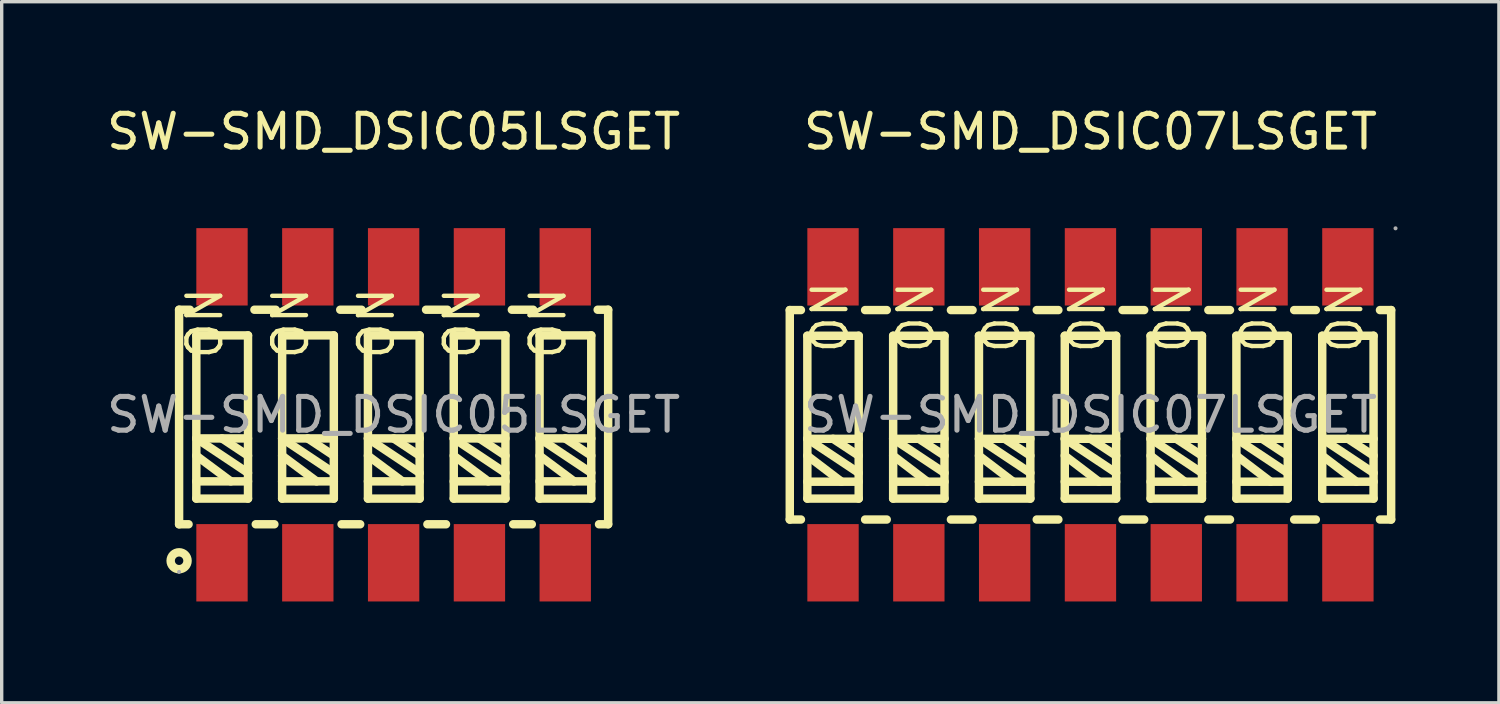
<source format=kicad_pcb>
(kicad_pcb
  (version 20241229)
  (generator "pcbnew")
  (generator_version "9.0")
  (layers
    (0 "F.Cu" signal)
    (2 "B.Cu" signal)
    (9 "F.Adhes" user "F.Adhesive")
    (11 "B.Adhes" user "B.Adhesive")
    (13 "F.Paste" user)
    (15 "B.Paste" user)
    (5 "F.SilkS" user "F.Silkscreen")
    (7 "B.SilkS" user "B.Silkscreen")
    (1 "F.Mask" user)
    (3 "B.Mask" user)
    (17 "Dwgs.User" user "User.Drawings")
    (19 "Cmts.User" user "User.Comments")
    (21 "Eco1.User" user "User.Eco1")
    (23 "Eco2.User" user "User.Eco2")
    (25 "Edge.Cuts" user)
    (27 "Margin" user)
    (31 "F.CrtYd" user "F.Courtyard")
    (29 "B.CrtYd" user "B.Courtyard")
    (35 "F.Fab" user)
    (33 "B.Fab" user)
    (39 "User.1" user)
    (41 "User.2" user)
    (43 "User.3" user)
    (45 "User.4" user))
  (footprint "SW-SMD_DSIC07LSGET"
    (layer "F.Cu")
    (at 29.227 9.228)
    (property "Reference" "SW-SMD_DSIC07LSGET" (at 0 -8.38 0) (layer "F.SilkS") (effects (font (size 1 1) (thickness 0.15))))
    (attr through_hole)
    (fp_line (start -8.9 -3.1) (end -8.57 -3.1) (stroke (width 0.25) (type solid)) (layer "F.SilkS"))
    (fp_line (start -8.9 3.1) (end -8.9 -3.1) (stroke (width 0.25) (type solid)) (layer "F.SilkS"))
    (fp_line (start -8.57 3.1) (end -8.9 3.1) (stroke (width 0.25) (type solid)) (layer "F.SilkS"))
    (fp_line (start -8.38 -2.34) (end -8.38 2.48) (stroke (width 0.25) (type solid)) (layer "F.SilkS"))
    (fp_line (start -8.38 0.71) (end -6.86 1.72) (stroke (width 0.25) (type solid)) (layer "F.SilkS"))
    (fp_line (start -8.38 1.21) (end -7.37 1.98) (stroke (width 0.25) (type solid)) (layer "F.SilkS"))
    (fp_line (start -8.38 1.98) (end -6.86 1.98) (stroke (width 0.25) (type solid)) (layer "F.SilkS"))
    (fp_line (start -8.38 2.48) (end -6.86 2.48) (stroke (width 0.25) (type solid)) (layer "F.SilkS"))
    (fp_line (start -7.62 0.71) (end -6.86 1.21) (stroke (width 0.25) (type solid)) (layer "F.SilkS"))
    (fp_line (start -6.86 -2.34) (end -8.38 -2.34) (stroke (width 0.25) (type solid)) (layer "F.SilkS"))
    (fp_line (start -6.86 0.71) (end -8.38 0.71) (stroke (width 0.25) (type solid)) (layer "F.SilkS"))
    (fp_line (start -6.86 2.48) (end -6.86 -2.34) (stroke (width 0.25) (type solid)) (layer "F.SilkS"))
    (fp_line (start -6.67 -3.1) (end -6.03 -3.1) (stroke (width 0.25) (type solid)) (layer "F.SilkS"))
    (fp_line (start -6.03 3.1) (end -6.67 3.1) (stroke (width 0.25) (type solid)) (layer "F.SilkS"))
    (fp_line (start -5.84 -2.34) (end -4.32 -2.34) (stroke (width 0.25) (type solid)) (layer "F.SilkS"))
    (fp_line (start -5.84 0.71) (end -4.32 0.71) (stroke (width 0.25) (type solid)) (layer "F.SilkS"))
    (fp_line (start -5.84 1.21) (end -4.83 1.98) (stroke (width 0.25) (type solid)) (layer "F.SilkS"))
    (fp_line (start -5.84 1.98) (end -4.32 1.98) (stroke (width 0.25) (type solid)) (layer "F.SilkS"))
    (fp_line (start -5.84 2.48) (end -5.84 -2.34) (stroke (width 0.25) (type solid)) (layer "F.SilkS"))
    (fp_line (start -5.08 0.71) (end -4.32 1.21) (stroke (width 0.25) (type solid)) (layer "F.SilkS"))
    (fp_line (start -4.32 -2.34) (end -4.32 2.48) (stroke (width 0.25) (type solid)) (layer "F.SilkS"))
    (fp_line (start -4.32 1.72) (end -5.84 0.71) (stroke (width 0.25) (type solid)) (layer "F.SilkS"))
    (fp_line (start -4.32 2.48) (end -5.84 2.48) (stroke (width 0.25) (type solid)) (layer "F.SilkS"))
    (fp_line (start -4.13 -3.1) (end -3.49 -3.1) (stroke (width 0.25) (type solid)) (layer "F.SilkS"))
    (fp_line (start -3.49 3.1) (end -4.13 3.1) (stroke (width 0.25) (type solid)) (layer "F.SilkS"))
    (fp_line (start -3.3 -2.34) (end -3.3 2.48) (stroke (width 0.25) (type solid)) (layer "F.SilkS"))
    (fp_line (start -3.3 0.71) (end -1.78 1.72) (stroke (width 0.25) (type solid)) (layer "F.SilkS"))
    (fp_line (start -3.3 1.21) (end -2.29 1.98) (stroke (width 0.25) (type solid)) (layer "F.SilkS"))
    (fp_line (start -3.3 1.98) (end -1.78 1.98) (stroke (width 0.25) (type solid)) (layer "F.SilkS"))
    (fp_line (start -3.3 2.48) (end -1.78 2.48) (stroke (width 0.25) (type solid)) (layer "F.SilkS"))
    (fp_line (start -2.54 0.71) (end -1.78 1.21) (stroke (width 0.25) (type solid)) (layer "F.SilkS"))
    (fp_line (start -1.78 -2.34) (end -3.3 -2.34) (stroke (width 0.25) (type solid)) (layer "F.SilkS"))
    (fp_line (start -1.78 0.71) (end -3.3 0.71) (stroke (width 0.25) (type solid)) (layer "F.SilkS"))
    (fp_line (start -1.78 2.48) (end -1.78 -2.34) (stroke (width 0.25) (type solid)) (layer "F.SilkS"))
    (fp_line (start -1.59 -3.1) (end -0.95 -3.1) (stroke (width 0.25) (type solid)) (layer "F.SilkS"))
    (fp_line (start -0.95 3.1) (end -1.59 3.1) (stroke (width 0.25) (type solid)) (layer "F.SilkS"))
    (fp_line (start -0.76 -2.34) (end 0.76 -2.34) (stroke (width 0.25) (type solid)) (layer "F.SilkS"))
    (fp_line (start -0.76 0.71) (end 0.76 0.71) (stroke (width 0.25) (type solid)) (layer "F.SilkS"))
    (fp_line (start -0.76 1.21) (end 0.25 1.98) (stroke (width 0.25) (type solid)) (layer "F.SilkS"))
    (fp_line (start -0.76 1.98) (end 0.76 1.98) (stroke (width 0.25) (type solid)) (layer "F.SilkS"))
    (fp_line (start -0.76 2.48) (end -0.76 -2.34) (stroke (width 0.25) (type solid)) (layer "F.SilkS"))
    (fp_line (start 0 0.71) (end 0.76 1.21) (stroke (width 0.25) (type solid)) (layer "F.SilkS"))
    (fp_line (start 0.76 -2.34) (end 0.76 2.48) (stroke (width 0.25) (type solid)) (layer "F.SilkS"))
    (fp_line (start 0.76 1.72) (end -0.76 0.71) (stroke (width 0.25) (type solid)) (layer "F.SilkS"))
    (fp_line (start 0.76 2.48) (end -0.76 2.48) (stroke (width 0.25) (type solid)) (layer "F.SilkS"))
    (fp_line (start 0.95 -3.1) (end 1.59 -3.1) (stroke (width 0.25) (type solid)) (layer "F.SilkS"))
    (fp_line (start 1.59 3.1) (end 0.95 3.1) (stroke (width 0.25) (type solid)) (layer "F.SilkS"))
    (fp_line (start 1.78 -2.34) (end 1.78 2.48) (stroke (width 0.25) (type solid)) (layer "F.SilkS"))
    (fp_line (start 1.78 0.71) (end 3.3 1.72) (stroke (width 0.25) (type solid)) (layer "F.SilkS"))
    (fp_line (start 1.78 1.21) (end 2.79 1.98) (stroke (width 0.25) (type solid)) (layer "F.SilkS"))
    (fp_line (start 1.78 1.98) (end 3.3 1.98) (stroke (width 0.25) (type solid)) (layer "F.SilkS"))
    (fp_line (start 1.78 2.48) (end 3.3 2.48) (stroke (width 0.25) (type solid)) (layer "F.SilkS"))
    (fp_line (start 2.54 0.71) (end 3.3 1.21) (stroke (width 0.25) (type solid)) (layer "F.SilkS"))
    (fp_line (start 3.3 -2.34) (end 1.78 -2.34) (stroke (width 0.25) (type solid)) (layer "F.SilkS"))
    (fp_line (start 3.3 0.71) (end 1.78 0.71) (stroke (width 0.25) (type solid)) (layer "F.SilkS"))
    (fp_line (start 3.3 2.48) (end 3.3 -2.34) (stroke (width 0.25) (type solid)) (layer "F.SilkS"))
    (fp_line (start 3.49 -3.1) (end 4.13 -3.1) (stroke (width 0.25) (type solid)) (layer "F.SilkS"))
    (fp_line (start 4.13 3.1) (end 3.49 3.1) (stroke (width 0.25) (type solid)) (layer "F.SilkS"))
    (fp_line (start 4.32 -2.34) (end 5.84 -2.34) (stroke (width 0.25) (type solid)) (layer "F.SilkS"))
    (fp_line (start 4.32 0.71) (end 5.84 0.71) (stroke (width 0.25) (type solid)) (layer "F.SilkS"))
    (fp_line (start 4.32 1.21) (end 5.33 1.98) (stroke (width 0.25) (type solid)) (layer "F.SilkS"))
    (fp_line (start 4.32 1.98) (end 5.84 1.98) (stroke (width 0.25) (type solid)) (layer "F.SilkS"))
    (fp_line (start 4.32 2.48) (end 4.32 -2.34) (stroke (width 0.25) (type solid)) (layer "F.SilkS"))
    (fp_line (start 5.08 0.71) (end 5.84 1.21) (stroke (width 0.25) (type solid)) (layer "F.SilkS"))
    (fp_line (start 5.84 -2.34) (end 5.84 2.48) (stroke (width 0.25) (type solid)) (layer "F.SilkS"))
    (fp_line (start 5.84 1.72) (end 4.32 0.71) (stroke (width 0.25) (type solid)) (layer "F.SilkS"))
    (fp_line (start 5.84 2.48) (end 4.32 2.48) (stroke (width 0.25) (type solid)) (layer "F.SilkS"))
    (fp_line (start 6.03 -3.1) (end 6.67 -3.1) (stroke (width 0.25) (type solid)) (layer "F.SilkS"))
    (fp_line (start 6.67 3.1) (end 6.03 3.1) (stroke (width 0.25) (type solid)) (layer "F.SilkS"))
    (fp_line (start 6.86 -2.34) (end 6.86 2.48) (stroke (width 0.25) (type solid)) (layer "F.SilkS"))
    (fp_line (start 6.86 0.71) (end 8.38 1.72) (stroke (width 0.25) (type solid)) (layer "F.SilkS"))
    (fp_line (start 6.86 1.21) (end 7.87 1.98) (stroke (width 0.25) (type solid)) (layer "F.SilkS"))
    (fp_line (start 6.86 1.98) (end 8.38 1.98) (stroke (width 0.25) (type solid)) (layer "F.SilkS"))
    (fp_line (start 6.86 2.48) (end 8.38 2.48) (stroke (width 0.25) (type solid)) (layer "F.SilkS"))
    (fp_line (start 7.62 0.71) (end 8.38 1.21) (stroke (width 0.25) (type solid)) (layer "F.SilkS"))
    (fp_line (start 8.38 -2.34) (end 6.86 -2.34) (stroke (width 0.25) (type solid)) (layer "F.SilkS"))
    (fp_line (start 8.38 0.71) (end 6.86 0.71) (stroke (width 0.25) (type solid)) (layer "F.SilkS"))
    (fp_line (start 8.38 2.48) (end 8.38 -2.34) (stroke (width 0.25) (type solid)) (layer "F.SilkS"))
    (fp_line (start 8.57 -3.1) (end 8.9 -3.1) (stroke (width 0.25) (type solid)) (layer "F.SilkS"))
    (fp_line (start 8.9 -3.1) (end 8.9 3.1) (stroke (width 0.25) (type solid)) (layer "F.SilkS"))
    (fp_line (start 8.9 3.1) (end 8.57 3.1) (stroke (width 0.25) (type solid)) (layer "F.SilkS"))
    (fp_circle (center 9.03 -5.52) (end 9.06 -5.52) (stroke (width 0.06) (type solid)) (fill no) (layer "F.Fab"))
    (fp_text user "ON" (at -2.63 -1.76 270) (layer "F.SilkS") (effects (font (size 1 1) (thickness 0.13)) (justify left)))
    (fp_text user "ON" (at 2.45 -1.76 270) (layer "F.SilkS") (effects (font (size 1 1) (thickness 0.13)) (justify left)))
    (fp_text user "ON" (at -0.09 -1.76 270) (layer "F.SilkS") (effects (font (size 1 1) (thickness 0.13)) (justify left)))
    (fp_text user "ON" (at 4.99 -1.76 270) (layer "F.SilkS") (effects (font (size 1 1) (thickness 0.13)) (justify left)))
    (fp_text user "ON" (at -5.17 -1.76 270) (layer "F.SilkS") (effects (font (size 1 1) (thickness 0.13)) (justify left)))
    (fp_text user "ON" (at -7.71 -1.76 270) (layer "F.SilkS") (effects (font (size 1 1) (thickness 0.13)) (justify left)))
    (fp_text user "ON" (at 7.53 -1.76 270) (layer "F.SilkS") (effects (font (size 1 1) (thickness 0.13)) (justify left)))
    (fp_text user "${REFERENCE}" (at 0 0 0) (layer "F.Fab") (effects (font (size 1 1) (thickness 0.15))))
    (pad "1" smd rect (at 7.62 -4.38 270) (size 2.29 1.52) (layers "F.Cu" "F.Mask" "F.Paste"))
    (pad "2" smd rect (at 5.08 -4.38 270) (size 2.29 1.52) (layers "F.Cu" "F.Mask" "F.Paste"))
    (pad "3" smd rect (at 2.54 -4.38 270) (size 2.29 1.52) (layers "F.Cu" "F.Mask" "F.Paste"))
    (pad "4" smd rect (at 0 -4.38 270) (size 2.29 1.52) (layers "F.Cu" "F.Mask" "F.Paste"))
    (pad "5" smd rect (at -2.54 -4.38 270) (size 2.29 1.52) (layers "F.Cu" "F.Mask" "F.Paste"))
    (pad "6" smd rect (at -5.08 -4.38 270) (size 2.29 1.52) (layers "F.Cu" "F.Mask" "F.Paste"))
    (pad "7" smd rect (at -7.62 -4.38 270) (size 2.29 1.52) (layers "F.Cu" "F.Mask" "F.Paste"))
    (pad "8" smd rect (at -7.62 4.38 270) (size 2.29 1.52) (layers "F.Cu" "F.Mask" "F.Paste"))
    (pad "9" smd rect (at -5.08 4.38 270) (size 2.29 1.52) (layers "F.Cu" "F.Mask" "F.Paste"))
    (pad "10" smd rect (at -2.54 4.38 270) (size 2.29 1.52) (layers "F.Cu" "F.Mask" "F.Paste"))
    (pad "11" smd rect (at 0 4.38 270) (size 2.29 1.52) (layers "F.Cu" "F.Mask" "F.Paste"))
    (pad "12" smd rect (at 2.54 4.38 270) (size 2.29 1.52) (layers "F.Cu" "F.Mask" "F.Paste"))
    (pad "13" smd rect (at 5.08 4.38 270) (size 2.29 1.52) (layers "F.Cu" "F.Mask" "F.Paste"))
    (pad "14" smd rect (at 7.62 4.38 270) (size 2.29 1.52) (layers "F.Cu" "F.Mask" "F.Paste")))
  (footprint "SW-SMD_DSIC05LSGET"
    (layer "F.Cu")
    (at 8.601 9.228)
    (property "Reference" "SW-SMD_DSIC05LSGET" (at 0 -8.38 0) (layer "F.SilkS") (effects (font (size 1 1) (thickness 0.15))))
    (attr through_hole)
    (fp_line (start -6.35 -3.11) (end -6.35 3.24) (stroke (width 0.25) (type solid)) (layer "F.SilkS"))
    (fp_line (start -6.35 -3.11) (end -6.03 -3.11) (stroke (width 0.25) (type solid)) (layer "F.SilkS"))
    (fp_line (start -6.35 3.24) (end -6.07 3.24) (stroke (width 0.25) (type solid)) (layer "F.SilkS"))
    (fp_line (start -5.84 -2.35) (end -4.31 -2.35) (stroke (width 0.25) (type solid)) (layer "F.SilkS"))
    (fp_line (start -5.84 0.7) (end -4.31 0.7) (stroke (width 0.25) (type solid)) (layer "F.SilkS"))
    (fp_line (start -5.84 1.21) (end -4.82 1.97) (stroke (width 0.25) (type solid)) (layer "F.SilkS"))
    (fp_line (start -5.84 1.97) (end -4.31 1.97) (stroke (width 0.25) (type solid)) (layer "F.SilkS"))
    (fp_line (start -5.84 2.48) (end -5.84 -2.35) (stroke (width 0.25) (type solid)) (layer "F.SilkS"))
    (fp_line (start -5.08 0.7) (end -4.31 1.21) (stroke (width 0.25) (type solid)) (layer "F.SilkS"))
    (fp_line (start -4.31 -2.35) (end -4.31 2.48) (stroke (width 0.25) (type solid)) (layer "F.SilkS"))
    (fp_line (start -4.31 1.72) (end -5.84 0.7) (stroke (width 0.25) (type solid)) (layer "F.SilkS"))
    (fp_line (start -4.31 2.48) (end -5.84 2.48) (stroke (width 0.25) (type solid)) (layer "F.SilkS"))
    (fp_line (start -4.12 -3.11) (end -3.49 -3.11) (stroke (width 0.25) (type solid)) (layer "F.SilkS"))
    (fp_line (start -4.08 3.24) (end -3.53 3.24) (stroke (width 0.25) (type solid)) (layer "F.SilkS"))
    (fp_line (start -3.3 -2.35) (end -3.3 2.48) (stroke (width 0.25) (type solid)) (layer "F.SilkS"))
    (fp_line (start -3.3 0.7) (end -1.77 1.72) (stroke (width 0.25) (type solid)) (layer "F.SilkS"))
    (fp_line (start -3.3 1.21) (end -2.28 1.97) (stroke (width 0.25) (type solid)) (layer "F.SilkS"))
    (fp_line (start -3.3 1.97) (end -1.77 1.97) (stroke (width 0.25) (type solid)) (layer "F.SilkS"))
    (fp_line (start -3.3 2.48) (end -1.77 2.48) (stroke (width 0.25) (type solid)) (layer "F.SilkS"))
    (fp_line (start -2.54 0.7) (end -1.77 1.21) (stroke (width 0.25) (type solid)) (layer "F.SilkS"))
    (fp_line (start -1.77 -2.35) (end -3.3 -2.35) (stroke (width 0.25) (type solid)) (layer "F.SilkS"))
    (fp_line (start -1.77 0.7) (end -3.3 0.7) (stroke (width 0.25) (type solid)) (layer "F.SilkS"))
    (fp_line (start -1.77 2.48) (end -1.77 -2.35) (stroke (width 0.25) (type solid)) (layer "F.SilkS"))
    (fp_line (start -1.58 -3.11) (end -0.95 -3.11) (stroke (width 0.25) (type solid)) (layer "F.SilkS"))
    (fp_line (start -1.54 3.24) (end -0.99 3.24) (stroke (width 0.25) (type solid)) (layer "F.SilkS"))
    (fp_line (start -0.76 -2.35) (end 0.77 -2.35) (stroke (width 0.25) (type solid)) (layer "F.SilkS"))
    (fp_line (start -0.76 0.7) (end 0.77 0.7) (stroke (width 0.25) (type solid)) (layer "F.SilkS"))
    (fp_line (start -0.76 1.21) (end 0.26 1.97) (stroke (width 0.25) (type solid)) (layer "F.SilkS"))
    (fp_line (start -0.76 1.97) (end 0.77 1.97) (stroke (width 0.25) (type solid)) (layer "F.SilkS"))
    (fp_line (start -0.76 2.48) (end -0.76 -2.35) (stroke (width 0.25) (type solid)) (layer "F.SilkS"))
    (fp_line (start 0 0.7) (end 0.77 1.21) (stroke (width 0.25) (type solid)) (layer "F.SilkS"))
    (fp_line (start 0.77 -2.35) (end 0.77 2.48) (stroke (width 0.25) (type solid)) (layer "F.SilkS"))
    (fp_line (start 0.77 1.72) (end -0.76 0.7) (stroke (width 0.25) (type solid)) (layer "F.SilkS"))
    (fp_line (start 0.77 2.48) (end -0.76 2.48) (stroke (width 0.25) (type solid)) (layer "F.SilkS"))
    (fp_line (start 0.96 -3.11) (end 1.59 -3.11) (stroke (width 0.25) (type solid)) (layer "F.SilkS"))
    (fp_line (start 1 3.24) (end 1.55 3.24) (stroke (width 0.25) (type solid)) (layer "F.SilkS"))
    (fp_line (start 1.78 -2.35) (end 1.78 2.48) (stroke (width 0.25) (type solid)) (layer "F.SilkS"))
    (fp_line (start 1.78 0.7) (end 3.31 1.72) (stroke (width 0.25) (type solid)) (layer "F.SilkS"))
    (fp_line (start 1.78 1.21) (end 2.8 1.97) (stroke (width 0.25) (type solid)) (layer "F.SilkS"))
    (fp_line (start 1.78 1.97) (end 3.31 1.97) (stroke (width 0.25) (type solid)) (layer "F.SilkS"))
    (fp_line (start 1.78 2.48) (end 3.31 2.48) (stroke (width 0.25) (type solid)) (layer "F.SilkS"))
    (fp_line (start 2.54 0.7) (end 3.31 1.21) (stroke (width 0.25) (type solid)) (layer "F.SilkS"))
    (fp_line (start 3.31 -2.35) (end 1.78 -2.35) (stroke (width 0.25) (type solid)) (layer "F.SilkS"))
    (fp_line (start 3.31 0.7) (end 1.78 0.7) (stroke (width 0.25) (type solid)) (layer "F.SilkS"))
    (fp_line (start 3.31 2.48) (end 3.31 -2.35) (stroke (width 0.25) (type solid)) (layer "F.SilkS"))
    (fp_line (start 3.5 -3.11) (end 4.13 -3.11) (stroke (width 0.25) (type solid)) (layer "F.SilkS"))
    (fp_line (start 3.54 3.24) (end 4.09 3.24) (stroke (width 0.25) (type solid)) (layer "F.SilkS"))
    (fp_line (start 4.32 -2.35) (end 5.85 -2.35) (stroke (width 0.25) (type solid)) (layer "F.SilkS"))
    (fp_line (start 4.32 0.7) (end 5.85 0.7) (stroke (width 0.25) (type solid)) (layer "F.SilkS"))
    (fp_line (start 4.32 1.21) (end 5.34 1.97) (stroke (width 0.25) (type solid)) (layer "F.SilkS"))
    (fp_line (start 4.32 1.97) (end 5.85 1.97) (stroke (width 0.25) (type solid)) (layer "F.SilkS"))
    (fp_line (start 4.32 2.48) (end 4.32 -2.35) (stroke (width 0.25) (type solid)) (layer "F.SilkS"))
    (fp_line (start 5.08 0.7) (end 5.85 1.21) (stroke (width 0.25) (type solid)) (layer "F.SilkS"))
    (fp_line (start 5.85 -2.35) (end 5.85 2.48) (stroke (width 0.25) (type solid)) (layer "F.SilkS"))
    (fp_line (start 5.85 1.72) (end 4.32 0.7) (stroke (width 0.25) (type solid)) (layer "F.SilkS"))
    (fp_line (start 5.85 2.48) (end 4.32 2.48) (stroke (width 0.25) (type solid)) (layer "F.SilkS"))
    (fp_line (start 6.04 -3.11) (end 6.35 -3.11) (stroke (width 0.25) (type solid)) (layer "F.SilkS"))
    (fp_line (start 6.08 3.24) (end 6.35 3.24) (stroke (width 0.25) (type solid)) (layer "F.SilkS"))
    (fp_line (start 6.35 -3.11) (end 6.35 3.24) (stroke (width 0.25) (type solid)) (layer "F.SilkS"))
    (fp_circle (center -6.35 4.32) (end -6.1 4.32) (stroke (width 0.25) (type solid)) (fill no) (layer "F.SilkS"))
    (fp_circle (center -6.35 4.65) (end -6.32 4.65) (stroke (width 0.06) (type solid)) (fill no) (layer "F.Fab"))
    (fp_text user "ON" (at -0.51 -1.58 270) (layer "F.SilkS") (effects (font (size 1 1) (thickness 0.13)) (justify left)))
    (fp_text user "ON" (at -3.05 -1.58 270) (layer "F.SilkS") (effects (font (size 1 1) (thickness 0.13)) (justify left)))
    (fp_text user "ON" (at 4.57 -1.58 270) (layer "F.SilkS") (effects (font (size 1 1) (thickness 0.13)) (justify left)))
    (fp_text user "ON" (at -5.59 -1.58 270) (layer "F.SilkS") (effects (font (size 1 1) (thickness 0.13)) (justify left)))
    (fp_text user "ON" (at 2.03 -1.58 270) (layer "F.SilkS") (effects (font (size 1 1) (thickness 0.13)) (justify left)))
    (fp_text user "${REFERENCE}" (at 0 0 0) (layer "F.Fab") (effects (font (size 1 1) (thickness 0.15))))
    (pad "1" smd rect (at -5.08 4.38 90) (size 2.29 1.52) (layers "F.Cu" "F.Mask" "F.Paste"))
    (pad "2" smd rect (at -2.54 4.38 90) (size 2.29 1.52) (layers "F.Cu" "F.Mask" "F.Paste"))
    (pad "3" smd rect (at 0 4.38 90) (size 2.29 1.52) (layers "F.Cu" "F.Mask" "F.Paste"))
    (pad "4" smd rect (at 2.54 4.38 90) (size 2.29 1.52) (layers "F.Cu" "F.Mask" "F.Paste"))
    (pad "5" smd rect (at 5.08 4.38 90) (size 2.29 1.52) (layers "F.Cu" "F.Mask" "F.Paste"))
    (pad "6" smd rect (at 5.08 -4.38 90) (size 2.29 1.52) (layers "F.Cu" "F.Mask" "F.Paste"))
    (pad "7" smd rect (at 2.54 -4.38 90) (size 2.29 1.52) (layers "F.Cu" "F.Mask" "F.Paste"))
    (pad "8" smd rect (at 0 -4.38 90) (size 2.29 1.52) (layers "F.Cu" "F.Mask" "F.Paste"))
    (pad "9" smd rect (at -2.54 -4.38 90) (size 2.29 1.52) (layers "F.Cu" "F.Mask" "F.Paste"))
    (pad "10" smd rect (at -5.08 -4.38 90) (size 2.29 1.52) (layers "F.Cu" "F.Mask" "F.Paste")))
  (gr_rect
    (start -3 -3)
    (end 41.317 17.753)
    (stroke (width 0.1) (type default))
    (fill no)
    (layer "Edge.Cuts")))
</source>
